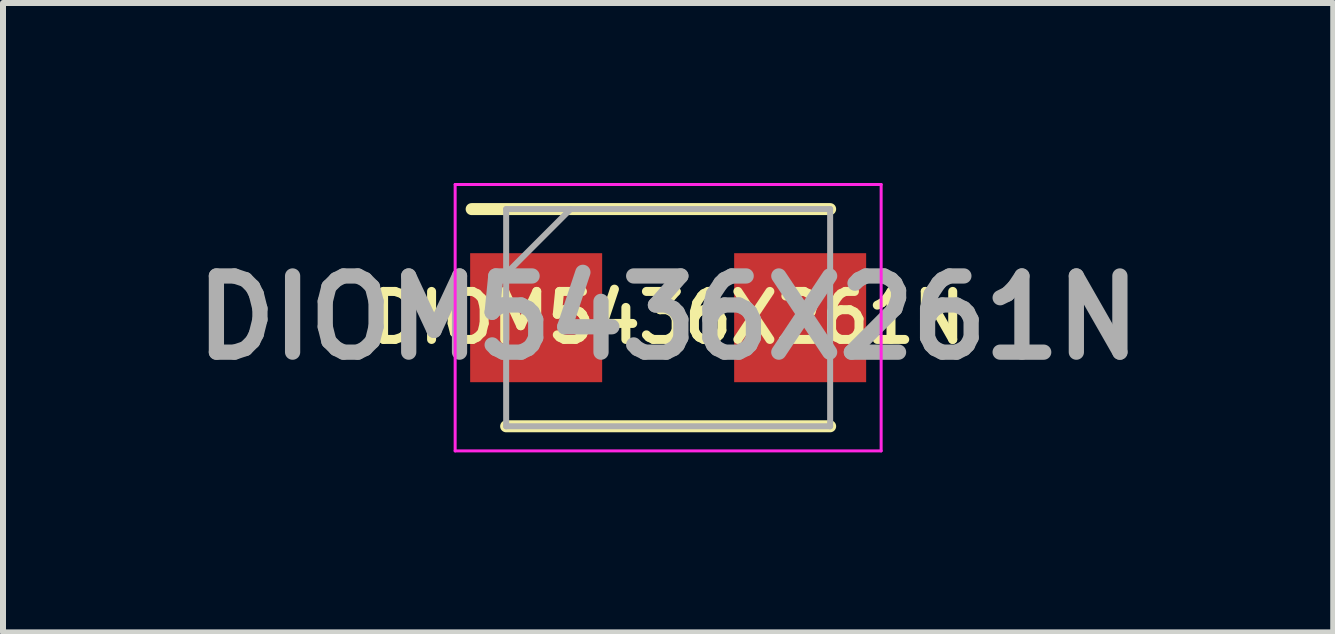
<source format=kicad_pcb>
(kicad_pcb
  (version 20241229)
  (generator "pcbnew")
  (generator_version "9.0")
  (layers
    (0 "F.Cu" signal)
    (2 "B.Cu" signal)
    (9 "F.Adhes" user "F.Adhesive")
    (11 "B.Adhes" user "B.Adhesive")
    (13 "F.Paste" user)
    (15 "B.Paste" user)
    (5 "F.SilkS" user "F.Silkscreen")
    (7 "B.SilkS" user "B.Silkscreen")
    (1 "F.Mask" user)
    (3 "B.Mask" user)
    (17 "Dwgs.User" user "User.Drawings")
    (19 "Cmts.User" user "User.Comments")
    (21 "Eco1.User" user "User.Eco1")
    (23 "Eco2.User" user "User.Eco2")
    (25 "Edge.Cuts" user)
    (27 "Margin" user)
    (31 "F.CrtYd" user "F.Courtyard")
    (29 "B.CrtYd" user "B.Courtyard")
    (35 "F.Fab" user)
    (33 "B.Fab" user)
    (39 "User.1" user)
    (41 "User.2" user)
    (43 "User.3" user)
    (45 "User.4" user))
  (footprint "DIOM5436X261N"
    (layer "F.Cu")
    (at 8.086 2.245)
    (property "Reference" "DIOM5436X261N" (at 0 0 0) (layer "F.SilkS") (effects (font (size 0.8 0.8) (thickness 0.15) (bold yes))))
    (attr smd)
    (fp_line (start -2.7 1.81) (end 2.7 1.81) (stroke (width 0.2) (type solid)) (layer "F.SilkS"))
    (fp_line (start 2.7 -1.81) (end -3.275 -1.81) (stroke (width 0.2) (type solid)) (layer "F.SilkS"))
    (fp_line (start -3.55 -2.22) (end 3.55 -2.22) (stroke (width 0.05) (type solid)) (layer "F.CrtYd"))
    (fp_line (start -3.55 2.22) (end -3.55 -2.22) (stroke (width 0.05) (type solid)) (layer "F.CrtYd"))
    (fp_line (start 3.55 -2.22) (end 3.55 2.22) (stroke (width 0.05) (type solid)) (layer "F.CrtYd"))
    (fp_line (start 3.55 2.22) (end -3.55 2.22) (stroke (width 0.05) (type solid)) (layer "F.CrtYd"))
    (fp_line (start -2.7 -1.81) (end 2.7 -1.81) (stroke (width 0.1) (type solid)) (layer "F.Fab"))
    (fp_line (start -2.7 -0.735) (end -1.625 -1.81) (stroke (width 0.1) (type solid)) (layer "F.Fab"))
    (fp_line (start -2.7 1.81) (end -2.7 -1.81) (stroke (width 0.1) (type solid)) (layer "F.Fab"))
    (fp_line (start 2.7 -1.81) (end 2.7 1.81) (stroke (width 0.1) (type solid)) (layer "F.Fab"))
    (fp_line (start 2.7 1.81) (end -2.7 1.81) (stroke (width 0.1) (type solid)) (layer "F.Fab"))
    (fp_text user "${REFERENCE}" (at 0 0 0) (layer "F.Fab") (effects (font (size 1.27 1.27) (thickness 0.254))))
    (pad "1" smd rect (at -2.2 0 90) (size 2.15 2.2) (layers "F.Cu" "F.Mask" "F.Paste"))
    (pad "2" smd rect (at 2.2 0 90) (size 2.15 2.2) (layers "F.Cu" "F.Mask" "F.Paste")))
  (gr_rect
    (start -3 -3)
    (end 19.171 7.49)
    (stroke (width 0.1) (type default))
    (fill no)
    (layer "Edge.Cuts")))
</source>
